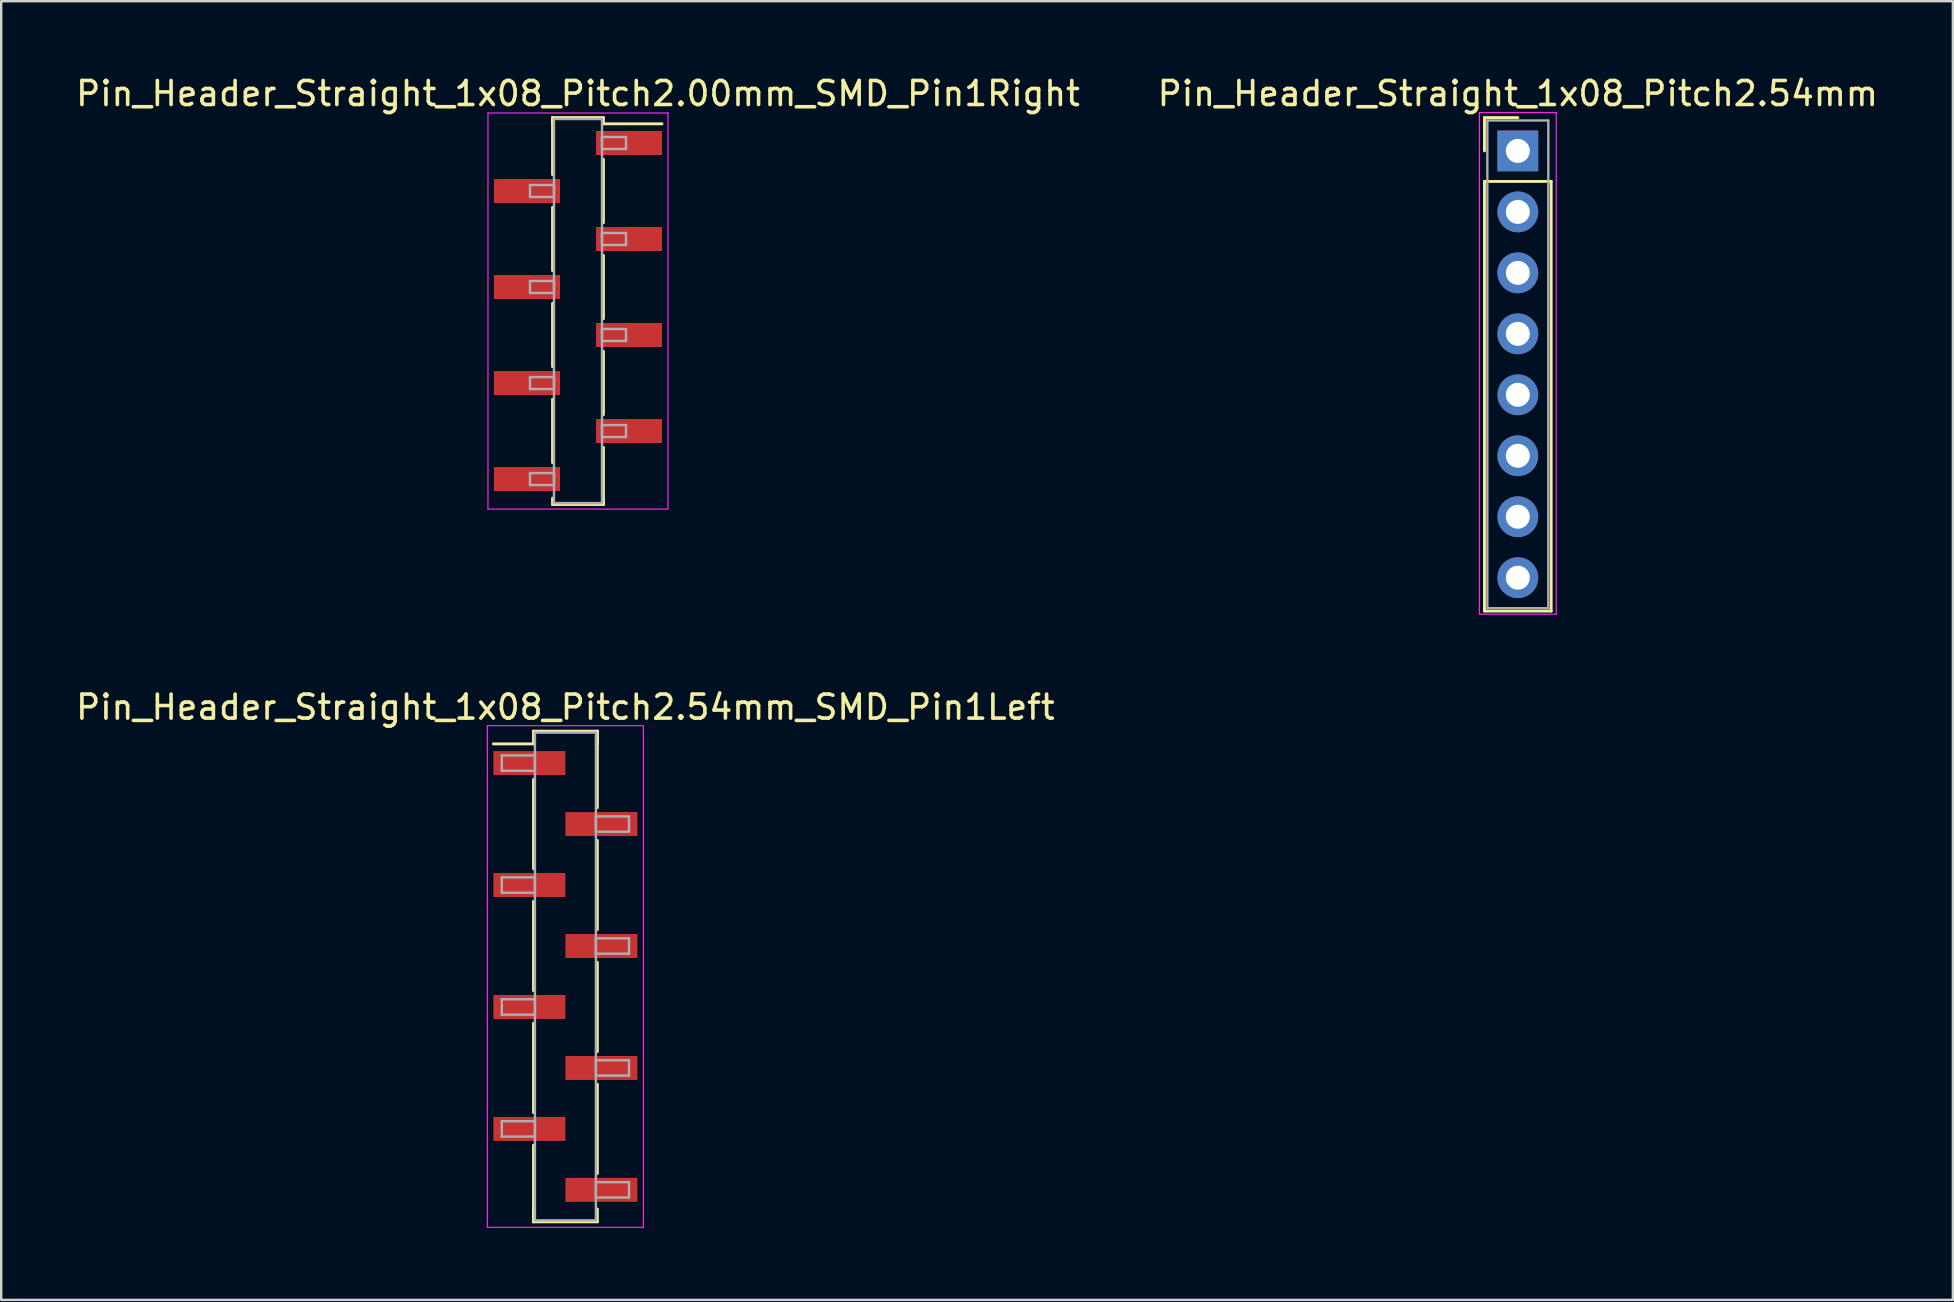
<source format=kicad_pcb>
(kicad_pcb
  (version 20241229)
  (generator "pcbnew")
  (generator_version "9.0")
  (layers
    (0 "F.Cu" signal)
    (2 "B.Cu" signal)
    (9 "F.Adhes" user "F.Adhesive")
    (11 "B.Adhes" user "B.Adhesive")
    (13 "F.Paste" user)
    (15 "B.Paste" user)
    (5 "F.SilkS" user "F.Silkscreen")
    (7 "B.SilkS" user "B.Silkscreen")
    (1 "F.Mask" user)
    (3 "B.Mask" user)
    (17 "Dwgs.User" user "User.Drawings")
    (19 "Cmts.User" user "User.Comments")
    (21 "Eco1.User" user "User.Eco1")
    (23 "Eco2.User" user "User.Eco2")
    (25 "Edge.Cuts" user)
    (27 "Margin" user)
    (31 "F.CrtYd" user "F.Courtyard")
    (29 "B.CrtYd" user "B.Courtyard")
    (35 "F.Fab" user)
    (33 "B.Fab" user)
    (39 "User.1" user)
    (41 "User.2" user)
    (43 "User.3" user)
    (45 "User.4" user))
  (footprint "Pin_Header_Straight_1x08_Pitch2.54mm_SMD_Pin1Left"
    (layer "F.Cu")
    (at 20.506 37.632)
    (property "Reference" "Pin_Header_Straight_1x08_Pitch2.54mm_SMD_Pin1Left" (at 0 -11.22 0) (layer "F.SilkS") (effects (font (size 1 1) (thickness 0.15))))
    (attr smd)
    (fp_line (start -1.33 -10.22) (end 1.33 -10.22) (stroke (width 0.12) (type solid)) (layer "F.SilkS"))
    (fp_line (start -1.33 -9.69) (end -3 -9.69) (stroke (width 0.12) (type solid)) (layer "F.SilkS"))
    (fp_line (start -1.33 -9.69) (end -1.33 -10.22) (stroke (width 0.12) (type solid)) (layer "F.SilkS"))
    (fp_line (start -1.33 -8.21) (end -1.33 -4.49) (stroke (width 0.12) (type solid)) (layer "F.SilkS"))
    (fp_line (start -1.33 -3.13) (end -1.33 0.59) (stroke (width 0.12) (type solid)) (layer "F.SilkS"))
    (fp_line (start -1.33 1.95) (end -1.33 5.67) (stroke (width 0.12) (type solid)) (layer "F.SilkS"))
    (fp_line (start -1.33 7.03) (end -1.33 10.22) (stroke (width 0.12) (type solid)) (layer "F.SilkS"))
    (fp_line (start -1.33 9.69) (end -1.33 10.22) (stroke (width 0.12) (type solid)) (layer "F.SilkS"))
    (fp_line (start -1.33 10.22) (end 1.33 10.22) (stroke (width 0.12) (type solid)) (layer "F.SilkS"))
    (fp_line (start 1.33 -10.22) (end 1.33 -9.69) (stroke (width 0.12) (type solid)) (layer "F.SilkS"))
    (fp_line (start 1.33 -10.22) (end 1.33 -7.03) (stroke (width 0.12) (type solid)) (layer "F.SilkS"))
    (fp_line (start 1.33 -5.67) (end 1.33 -1.95) (stroke (width 0.12) (type solid)) (layer "F.SilkS"))
    (fp_line (start 1.33 -0.59) (end 1.33 3.13) (stroke (width 0.12) (type solid)) (layer "F.SilkS"))
    (fp_line (start 1.33 4.49) (end 1.33 8.21) (stroke (width 0.12) (type solid)) (layer "F.SilkS"))
    (fp_line (start 1.33 10.22) (end 1.33 9.69) (stroke (width 0.12) (type solid)) (layer "F.SilkS"))
    (fp_line (start -3.25 -10.45) (end -3.25 10.45) (stroke (width 0.05) (type solid)) (layer "F.CrtYd"))
    (fp_line (start -3.25 10.45) (end 3.25 10.45) (stroke (width 0.05) (type solid)) (layer "F.CrtYd"))
    (fp_line (start 3.25 -10.45) (end -3.25 -10.45) (stroke (width 0.05) (type solid)) (layer "F.CrtYd"))
    (fp_line (start 3.25 10.45) (end 3.25 -10.45) (stroke (width 0.05) (type solid)) (layer "F.CrtYd"))
    (fp_line (start -2.65 -9.21) (end -1.27 -9.21) (stroke (width 0.1) (type solid)) (layer "F.Fab"))
    (fp_line (start -2.65 -8.57) (end -2.65 -9.21) (stroke (width 0.1) (type solid)) (layer "F.Fab"))
    (fp_line (start -2.65 -4.13) (end -1.27 -4.13) (stroke (width 0.1) (type solid)) (layer "F.Fab"))
    (fp_line (start -2.65 -3.49) (end -2.65 -4.13) (stroke (width 0.1) (type solid)) (layer "F.Fab"))
    (fp_line (start -2.65 0.95) (end -1.27 0.95) (stroke (width 0.1) (type solid)) (layer "F.Fab"))
    (fp_line (start -2.65 1.59) (end -2.65 0.95) (stroke (width 0.1) (type solid)) (layer "F.Fab"))
    (fp_line (start -2.65 6.03) (end -1.27 6.03) (stroke (width 0.1) (type solid)) (layer "F.Fab"))
    (fp_line (start -2.65 6.67) (end -2.65 6.03) (stroke (width 0.1) (type solid)) (layer "F.Fab"))
    (fp_line (start -1.27 -10.16) (end -1.27 10.16) (stroke (width 0.1) (type solid)) (layer "F.Fab"))
    (fp_line (start -1.27 -9.21) (end -1.27 -8.57) (stroke (width 0.1) (type solid)) (layer "F.Fab"))
    (fp_line (start -1.27 -8.57) (end -2.65 -8.57) (stroke (width 0.1) (type solid)) (layer "F.Fab"))
    (fp_line (start -1.27 -4.13) (end -1.27 -3.49) (stroke (width 0.1) (type solid)) (layer "F.Fab"))
    (fp_line (start -1.27 -3.49) (end -2.65 -3.49) (stroke (width 0.1) (type solid)) (layer "F.Fab"))
    (fp_line (start -1.27 0.95) (end -1.27 1.59) (stroke (width 0.1) (type solid)) (layer "F.Fab"))
    (fp_line (start -1.27 1.59) (end -2.65 1.59) (stroke (width 0.1) (type solid)) (layer "F.Fab"))
    (fp_line (start -1.27 6.03) (end -1.27 6.67) (stroke (width 0.1) (type solid)) (layer "F.Fab"))
    (fp_line (start -1.27 6.67) (end -2.65 6.67) (stroke (width 0.1) (type solid)) (layer "F.Fab"))
    (fp_line (start -1.27 10.16) (end 1.27 10.16) (stroke (width 0.1) (type solid)) (layer "F.Fab"))
    (fp_line (start 1.27 -10.16) (end -1.27 -10.16) (stroke (width 0.1) (type solid)) (layer "F.Fab"))
    (fp_line (start 1.27 -6.67) (end 1.27 -6.03) (stroke (width 0.1) (type solid)) (layer "F.Fab"))
    (fp_line (start 1.27 -6.03) (end 2.65 -6.03) (stroke (width 0.1) (type solid)) (layer "F.Fab"))
    (fp_line (start 1.27 -1.59) (end 1.27 -0.95) (stroke (width 0.1) (type solid)) (layer "F.Fab"))
    (fp_line (start 1.27 -0.95) (end 2.65 -0.95) (stroke (width 0.1) (type solid)) (layer "F.Fab"))
    (fp_line (start 1.27 3.49) (end 1.27 4.13) (stroke (width 0.1) (type solid)) (layer "F.Fab"))
    (fp_line (start 1.27 4.13) (end 2.65 4.13) (stroke (width 0.1) (type solid)) (layer "F.Fab"))
    (fp_line (start 1.27 8.57) (end 1.27 9.21) (stroke (width 0.1) (type solid)) (layer "F.Fab"))
    (fp_line (start 1.27 9.21) (end 2.65 9.21) (stroke (width 0.1) (type solid)) (layer "F.Fab"))
    (fp_line (start 1.27 10.16) (end 1.27 -10.16) (stroke (width 0.1) (type solid)) (layer "F.Fab"))
    (fp_line (start 2.65 -6.67) (end 1.27 -6.67) (stroke (width 0.1) (type solid)) (layer "F.Fab"))
    (fp_line (start 2.65 -6.03) (end 2.65 -6.67) (stroke (width 0.1) (type solid)) (layer "F.Fab"))
    (fp_line (start 2.65 -1.59) (end 1.27 -1.59) (stroke (width 0.1) (type solid)) (layer "F.Fab"))
    (fp_line (start 2.65 -0.95) (end 2.65 -1.59) (stroke (width 0.1) (type solid)) (layer "F.Fab"))
    (fp_line (start 2.65 3.49) (end 1.27 3.49) (stroke (width 0.1) (type solid)) (layer "F.Fab"))
    (fp_line (start 2.65 4.13) (end 2.65 3.49) (stroke (width 0.1) (type solid)) (layer "F.Fab"))
    (fp_line (start 2.65 8.57) (end 1.27 8.57) (stroke (width 0.1) (type solid)) (layer "F.Fab"))
    (fp_line (start 2.65 9.21) (end 2.65 8.57) (stroke (width 0.1) (type solid)) (layer "F.Fab"))
    (pad "1" smd rect (at -1.5 -8.89) (size 3 1) (layers "F.Cu" "F.Mask"))
    (pad "2" smd rect (at 1.5 -6.35) (size 3 1) (layers "F.Cu" "F.Mask"))
    (pad "3" smd rect (at -1.5 -3.81) (size 3 1) (layers "F.Cu" "F.Mask"))
    (pad "4" smd rect (at 1.5 -1.27) (size 3 1) (layers "F.Cu" "F.Mask"))
    (pad "5" smd rect (at -1.5 1.27) (size 3 1) (layers "F.Cu" "F.Mask"))
    (pad "6" smd rect (at 1.5 3.81) (size 3 1) (layers "F.Cu" "F.Mask"))
    (pad "7" smd rect (at -1.5 6.35) (size 3 1) (layers "F.Cu" "F.Mask"))
    (pad "8" smd rect (at 1.5 8.89) (size 3 1) (layers "F.Cu" "F.Mask")))
  (footprint "Pin_Header_Straight_1x08_Pitch2.54mm"
    (layer "F.Cu")
    (at 60.185 3.238)
    (property "Reference" "Pin_Header_Straight_1x08_Pitch2.54mm" (at 0 -2.39 0) (layer "F.SilkS") (effects (font (size 1 1) (thickness 0.15))))
    (attr through_hole)
    (fp_line (start -1.39 -1.39) (end 0 -1.39) (stroke (width 0.12) (type solid)) (layer "F.SilkS"))
    (fp_line (start -1.39 0) (end -1.39 -1.39) (stroke (width 0.12) (type solid)) (layer "F.SilkS"))
    (fp_line (start -1.39 1.27) (end -1.39 19.17) (stroke (width 0.12) (type solid)) (layer "F.SilkS"))
    (fp_line (start -1.39 19.17) (end 1.39 19.17) (stroke (width 0.12) (type solid)) (layer "F.SilkS"))
    (fp_line (start 1.39 1.27) (end -1.39 1.27) (stroke (width 0.12) (type solid)) (layer "F.SilkS"))
    (fp_line (start 1.39 19.17) (end 1.39 1.27) (stroke (width 0.12) (type solid)) (layer "F.SilkS"))
    (fp_line (start -1.6 -1.6) (end -1.6 19.3) (stroke (width 0.05) (type solid)) (layer "F.CrtYd"))
    (fp_line (start -1.6 19.3) (end 1.6 19.3) (stroke (width 0.05) (type solid)) (layer "F.CrtYd"))
    (fp_line (start 1.6 -1.6) (end -1.6 -1.6) (stroke (width 0.05) (type solid)) (layer "F.CrtYd"))
    (fp_line (start 1.6 19.3) (end 1.6 -1.6) (stroke (width 0.05) (type solid)) (layer "F.CrtYd"))
    (fp_line (start -1.27 -1.27) (end -1.27 19.05) (stroke (width 0.1) (type solid)) (layer "F.Fab"))
    (fp_line (start -1.27 19.05) (end 1.27 19.05) (stroke (width 0.1) (type solid)) (layer "F.Fab"))
    (fp_line (start 1.27 -1.27) (end -1.27 -1.27) (stroke (width 0.1) (type solid)) (layer "F.Fab"))
    (fp_line (start 1.27 19.05) (end 1.27 -1.27) (stroke (width 0.1) (type solid)) (layer "F.Fab"))
    (pad "1" thru_hole rect (at 0 0) (size 1.7 1.7) (drill 1) (layers "*.Cu" "*.Mask"))
    (pad "2" thru_hole oval (at 0 2.54) (size 1.7 1.7) (drill 1) (layers "*.Cu" "*.Mask"))
    (pad "3" thru_hole oval (at 0 5.08) (size 1.7 1.7) (drill 1) (layers "*.Cu" "*.Mask"))
    (pad "4" thru_hole oval (at 0 7.62) (size 1.7 1.7) (drill 1) (layers "*.Cu" "*.Mask"))
    (pad "5" thru_hole oval (at 0 10.16) (size 1.7 1.7) (drill 1) (layers "*.Cu" "*.Mask"))
    (pad "6" thru_hole oval (at 0 12.7) (size 1.7 1.7) (drill 1) (layers "*.Cu" "*.Mask"))
    (pad "7" thru_hole oval (at 0 15.24) (size 1.7 1.7) (drill 1) (layers "*.Cu" "*.Mask"))
    (pad "8" thru_hole oval (at 0 17.78) (size 1.7 1.7) (drill 1) (layers "*.Cu" "*.Mask")))
  (footprint "Pin_Header_Straight_1x08_Pitch2.00mm_SMD_Pin1Right"
    (layer "F.Cu")
    (at 21.03 9.908)
    (property "Reference" "Pin_Header_Straight_1x08_Pitch2.00mm_SMD_Pin1Right" (at 0 -9.06 0) (layer "F.SilkS") (effects (font (size 1 1) (thickness 0.15))))
    (attr smd)
    (fp_line (start -1.06 -8.06) (end -1.06 -5.68) (stroke (width 0.12) (type solid)) (layer "F.SilkS"))
    (fp_line (start -1.06 -8.06) (end 1.06 -8.06) (stroke (width 0.12) (type solid)) (layer "F.SilkS"))
    (fp_line (start -1.06 -7.8) (end -1.06 -8.06) (stroke (width 0.12) (type solid)) (layer "F.SilkS"))
    (fp_line (start -1.06 -4.32) (end -1.06 -1.68) (stroke (width 0.12) (type solid)) (layer "F.SilkS"))
    (fp_line (start -1.06 -0.32) (end -1.06 2.32) (stroke (width 0.12) (type solid)) (layer "F.SilkS"))
    (fp_line (start -1.06 3.68) (end -1.06 6.32) (stroke (width 0.12) (type solid)) (layer "F.SilkS"))
    (fp_line (start -1.06 7.8) (end -1.06 8.06) (stroke (width 0.12) (type solid)) (layer "F.SilkS"))
    (fp_line (start -1.06 8.06) (end 1.06 8.06) (stroke (width 0.12) (type solid)) (layer "F.SilkS"))
    (fp_line (start 1.06 -8.06) (end 1.06 -7.8) (stroke (width 0.12) (type solid)) (layer "F.SilkS"))
    (fp_line (start 1.06 -7.8) (end 3.5 -7.8) (stroke (width 0.12) (type solid)) (layer "F.SilkS"))
    (fp_line (start 1.06 -6.32) (end 1.06 -3.68) (stroke (width 0.12) (type solid)) (layer "F.SilkS"))
    (fp_line (start 1.06 -2.32) (end 1.06 0.32) (stroke (width 0.12) (type solid)) (layer "F.SilkS"))
    (fp_line (start 1.06 1.68) (end 1.06 4.32) (stroke (width 0.12) (type solid)) (layer "F.SilkS"))
    (fp_line (start 1.06 5.68) (end 1.06 8.06) (stroke (width 0.12) (type solid)) (layer "F.SilkS"))
    (fp_line (start 1.06 8.06) (end 1.06 7.8) (stroke (width 0.12) (type solid)) (layer "F.SilkS"))
    (fp_line (start -3.75 -8.25) (end -3.75 8.25) (stroke (width 0.05) (type solid)) (layer "F.CrtYd"))
    (fp_line (start -3.75 8.25) (end 3.75 8.25) (stroke (width 0.05) (type solid)) (layer "F.CrtYd"))
    (fp_line (start 3.75 -8.25) (end -3.75 -8.25) (stroke (width 0.05) (type solid)) (layer "F.CrtYd"))
    (fp_line (start 3.75 8.25) (end 3.75 -8.25) (stroke (width 0.05) (type solid)) (layer "F.CrtYd"))
    (fp_line (start -2 -5.25) (end -1 -5.25) (stroke (width 0.1) (type solid)) (layer "F.Fab"))
    (fp_line (start -2 -4.75) (end -2 -5.25) (stroke (width 0.1) (type solid)) (layer "F.Fab"))
    (fp_line (start -2 -1.25) (end -1 -1.25) (stroke (width 0.1) (type solid)) (layer "F.Fab"))
    (fp_line (start -2 -0.75) (end -2 -1.25) (stroke (width 0.1) (type solid)) (layer "F.Fab"))
    (fp_line (start -2 2.75) (end -1 2.75) (stroke (width 0.1) (type solid)) (layer "F.Fab"))
    (fp_line (start -2 3.25) (end -2 2.75) (stroke (width 0.1) (type solid)) (layer "F.Fab"))
    (fp_line (start -2 6.75) (end -1 6.75) (stroke (width 0.1) (type solid)) (layer "F.Fab"))
    (fp_line (start -2 7.25) (end -2 6.75) (stroke (width 0.1) (type solid)) (layer "F.Fab"))
    (fp_line (start -1 -8) (end -1 8) (stroke (width 0.1) (type solid)) (layer "F.Fab"))
    (fp_line (start -1 -5.25) (end -1 -4.75) (stroke (width 0.1) (type solid)) (layer "F.Fab"))
    (fp_line (start -1 -4.75) (end -2 -4.75) (stroke (width 0.1) (type solid)) (layer "F.Fab"))
    (fp_line (start -1 -1.25) (end -1 -0.75) (stroke (width 0.1) (type solid)) (layer "F.Fab"))
    (fp_line (start -1 -0.75) (end -2 -0.75) (stroke (width 0.1) (type solid)) (layer "F.Fab"))
    (fp_line (start -1 2.75) (end -1 3.25) (stroke (width 0.1) (type solid)) (layer "F.Fab"))
    (fp_line (start -1 3.25) (end -2 3.25) (stroke (width 0.1) (type solid)) (layer "F.Fab"))
    (fp_line (start -1 6.75) (end -1 7.25) (stroke (width 0.1) (type solid)) (layer "F.Fab"))
    (fp_line (start -1 7.25) (end -2 7.25) (stroke (width 0.1) (type solid)) (layer "F.Fab"))
    (fp_line (start -1 8) (end 1 8) (stroke (width 0.1) (type solid)) (layer "F.Fab"))
    (fp_line (start 1 -8) (end -1 -8) (stroke (width 0.1) (type solid)) (layer "F.Fab"))
    (fp_line (start 1 -7.25) (end 1 -6.75) (stroke (width 0.1) (type solid)) (layer "F.Fab"))
    (fp_line (start 1 -6.75) (end 2 -6.75) (stroke (width 0.1) (type solid)) (layer "F.Fab"))
    (fp_line (start 1 -3.25) (end 1 -2.75) (stroke (width 0.1) (type solid)) (layer "F.Fab"))
    (fp_line (start 1 -2.75) (end 2 -2.75) (stroke (width 0.1) (type solid)) (layer "F.Fab"))
    (fp_line (start 1 0.75) (end 1 1.25) (stroke (width 0.1) (type solid)) (layer "F.Fab"))
    (fp_line (start 1 1.25) (end 2 1.25) (stroke (width 0.1) (type solid)) (layer "F.Fab"))
    (fp_line (start 1 4.75) (end 1 5.25) (stroke (width 0.1) (type solid)) (layer "F.Fab"))
    (fp_line (start 1 5.25) (end 2 5.25) (stroke (width 0.1) (type solid)) (layer "F.Fab"))
    (fp_line (start 1 8) (end 1 -8) (stroke (width 0.1) (type solid)) (layer "F.Fab"))
    (fp_line (start 2 -7.25) (end 1 -7.25) (stroke (width 0.1) (type solid)) (layer "F.Fab"))
    (fp_line (start 2 -6.75) (end 2 -7.25) (stroke (width 0.1) (type solid)) (layer "F.Fab"))
    (fp_line (start 2 -3.25) (end 1 -3.25) (stroke (width 0.1) (type solid)) (layer "F.Fab"))
    (fp_line (start 2 -2.75) (end 2 -3.25) (stroke (width 0.1) (type solid)) (layer "F.Fab"))
    (fp_line (start 2 0.75) (end 1 0.75) (stroke (width 0.1) (type solid)) (layer "F.Fab"))
    (fp_line (start 2 1.25) (end 2 0.75) (stroke (width 0.1) (type solid)) (layer "F.Fab"))
    (fp_line (start 2 4.75) (end 1 4.75) (stroke (width 0.1) (type solid)) (layer "F.Fab"))
    (fp_line (start 2 5.25) (end 2 4.75) (stroke (width 0.1) (type solid)) (layer "F.Fab"))
    (pad "1" smd rect (at 2.125 -7) (size 2.75 1) (layers "F.Cu" "F.Mask"))
    (pad "2" smd rect (at -2.125 -5) (size 2.75 1) (layers "F.Cu" "F.Mask"))
    (pad "3" smd rect (at 2.125 -3) (size 2.75 1) (layers "F.Cu" "F.Mask"))
    (pad "4" smd rect (at -2.125 -1) (size 2.75 1) (layers "F.Cu" "F.Mask"))
    (pad "5" smd rect (at 2.125 1) (size 2.75 1) (layers "F.Cu" "F.Mask"))
    (pad "6" smd rect (at -2.125 3) (size 2.75 1) (layers "F.Cu" "F.Mask"))
    (pad "7" smd rect (at 2.125 5) (size 2.75 1) (layers "F.Cu" "F.Mask"))
    (pad "8" smd rect (at -2.125 7) (size 2.75 1) (layers "F.Cu" "F.Mask")))
  (gr_rect
    (start -3 -3)
    (end 78.31 51.106)
    (stroke (width 0.1) (type default))
    (fill no)
    (layer "Edge.Cuts")))
</source>
